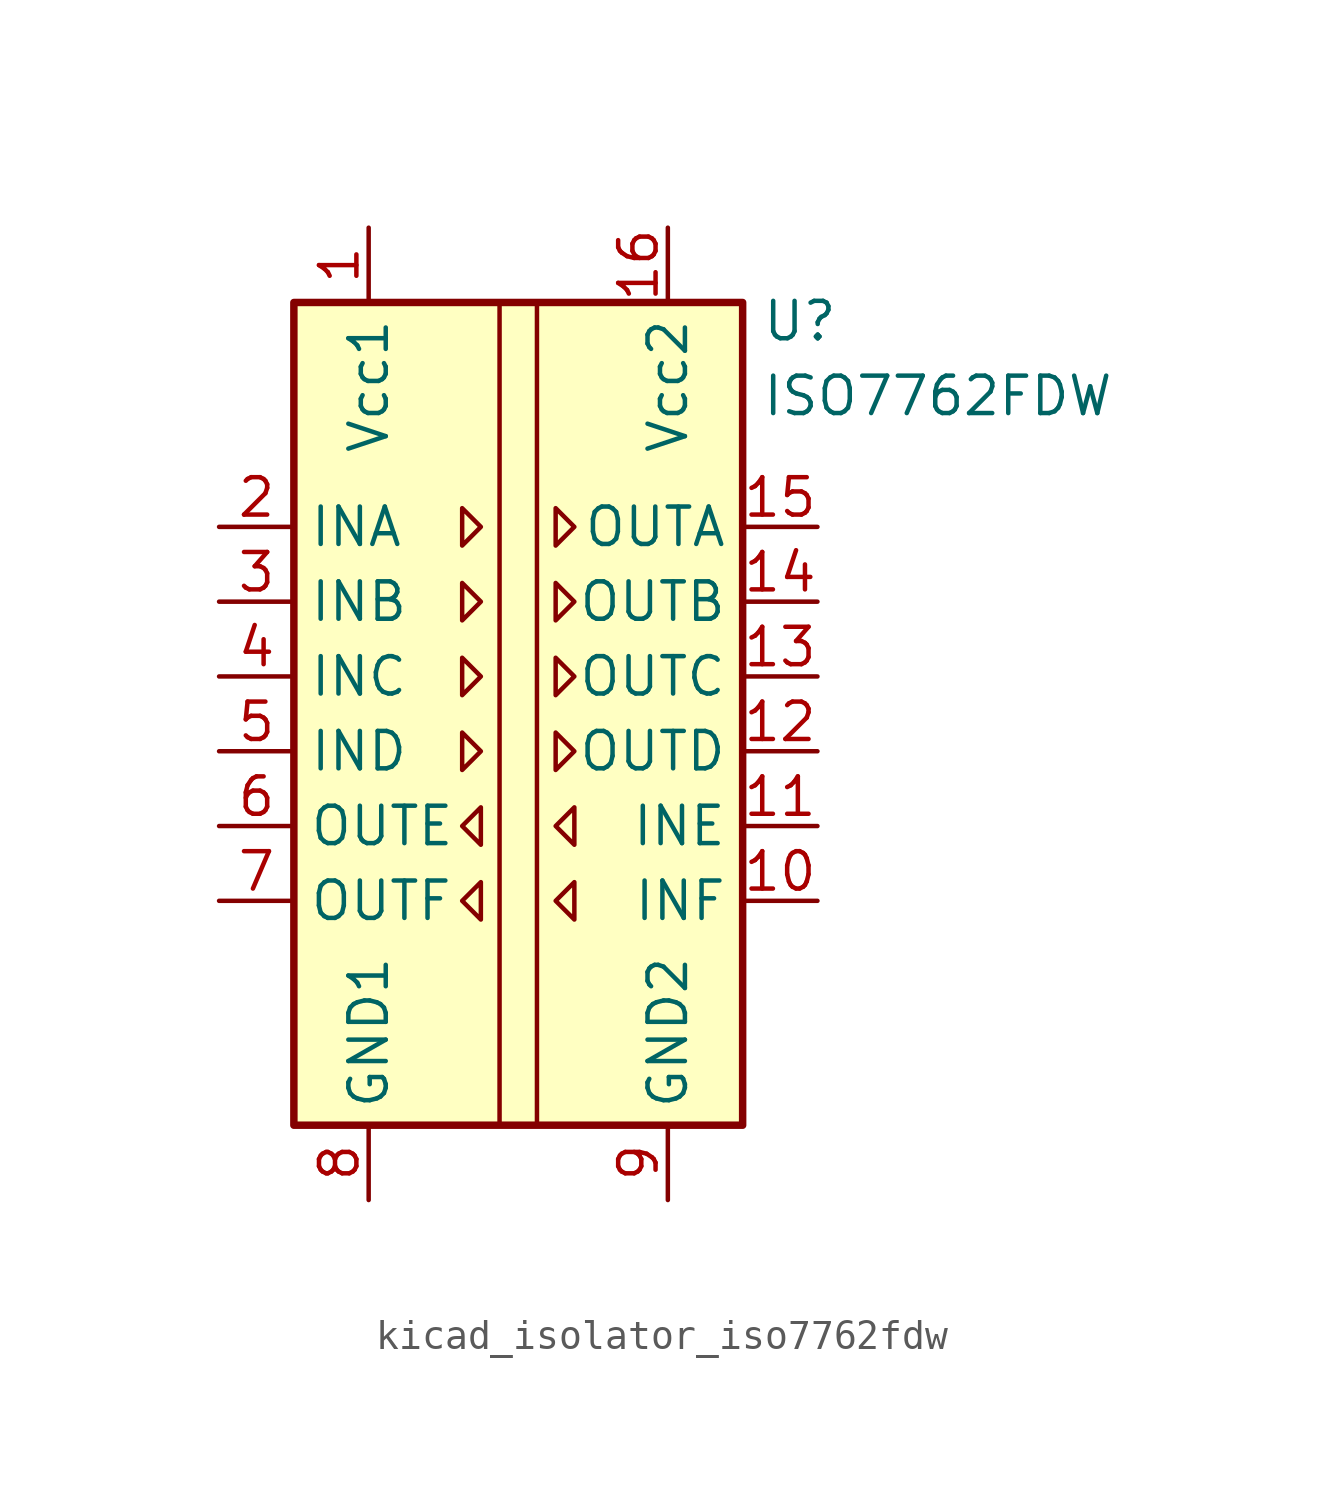
<source format=kicad_sym>
(kicad_symbol_lib
  (version 20220914)
  (generator kicad_symbol_editor)
  (symbol "kicad_isolator_iso7762fdw"
    (property "Reference" "U"
      (at 8.255 14.605 0)
      (effects (font (size 1.27 1.27)) (justify left)))
    (property "Value" "ISO7762FDW"
      (at 8.255 12.065 0)
      (effects (font (size 1.27 1.27)) (justify left)))
    (symbol "kicad_isolator_iso7762fdw_0_1"
      (rectangle (start -7.62 15.24) (end 7.62 -12.7) (stroke (width 0.254) (type default)) (fill (type background)))
      (polyline (pts (xy -0.635 15.24) (xy -0.635 -12.7)) (stroke (width 0) (type default)) (fill (type none)))
      (polyline (pts (xy 0.635 15.24) (xy 0.635 -12.7)) (stroke (width 0) (type default)) (fill (type none)))
      (polyline (pts (xy -1.905 8.255) (xy -1.27 7.62) (xy -1.905 6.985) (xy -1.905 8.255)) (stroke (width 0) (type default)) (fill (type none)))
      (polyline (pts (xy 1.27 8.255) (xy 1.905 7.62) (xy 1.27 6.985) (xy 1.27 8.255)) (stroke (width 0) (type default)) (fill (type none))))
    (symbol "kicad_isolator_iso7762fdw_1_1"
      (polyline (pts (xy -1.905 0.635) (xy -1.27 0) (xy -1.905 -0.635) (xy -1.905 0.635)) (stroke (width 0) (type default)) (fill (type none)))
      (polyline (pts (xy -1.905 3.175) (xy -1.27 2.54) (xy -1.905 1.905) (xy -1.905 3.175)) (stroke (width 0) (type default)) (fill (type none)))
      (polyline (pts (xy -1.905 5.715) (xy -1.27 5.08) (xy -1.905 4.445) (xy -1.905 5.715)) (stroke (width 0) (type default)) (fill (type none)))
      (polyline (pts (xy -1.27 -4.445) (xy -1.905 -5.08) (xy -1.27 -5.715) (xy -1.27 -4.445)) (stroke (width 0) (type default)) (fill (type none)))
      (polyline (pts (xy -1.27 -1.905) (xy -1.905 -2.54) (xy -1.27 -3.175) (xy -1.27 -1.905)) (stroke (width 0) (type default)) (fill (type none)))
      (polyline (pts (xy 1.27 0.635) (xy 1.905 0) (xy 1.27 -0.635) (xy 1.27 0.635)) (stroke (width 0) (type default)) (fill (type none)))
      (polyline (pts (xy 1.27 3.175) (xy 1.905 2.54) (xy 1.27 1.905) (xy 1.27 3.175)) (stroke (width 0) (type default)) (fill (type none)))
      (polyline (pts (xy 1.27 5.715) (xy 1.905 5.08) (xy 1.27 4.445) (xy 1.27 5.715)) (stroke (width 0) (type default)) (fill (type none)))
      (polyline (pts (xy 1.905 -4.445) (xy 1.27 -5.08) (xy 1.905 -5.715) (xy 1.905 -4.445)) (stroke (width 0) (type default)) (fill (type none)))
      (polyline (pts (xy 1.905 -1.905) (xy 1.27 -2.54) (xy 1.905 -3.175) (xy 1.905 -1.905)) (stroke (width 0) (type default)) (fill (type none)))
      (pin power_in line (at -5.08 17.78 270) (length 2.54) (name "Vcc1" (effects (font (size 1.27 1.27)))) (number "1" (effects (font (size 1.27 1.27)))))
      (pin input line (at 10.16 -5.08 180) (length 2.54) (name "INF" (effects (font (size 1.27 1.27)))) (number "10" (effects (font (size 1.27 1.27)))))
      (pin input line (at 10.16 -2.54 180) (length 2.54) (name "INE" (effects (font (size 1.27 1.27)))) (number "11" (effects (font (size 1.27 1.27)))))
      (pin output line (at 10.16 0 180) (length 2.54) (name "OUTD" (effects (font (size 1.27 1.27)))) (number "12" (effects (font (size 1.27 1.27)))))
      (pin output line (at 10.16 2.54 180) (length 2.54) (name "OUTC" (effects (font (size 1.27 1.27)))) (number "13" (effects (font (size 1.27 1.27)))))
      (pin output line (at 10.16 5.08 180) (length 2.54) (name "OUTB" (effects (font (size 1.27 1.27)))) (number "14" (effects (font (size 1.27 1.27)))))
      (pin output line (at 10.16 7.62 180) (length 2.54) (name "OUTA" (effects (font (size 1.27 1.27)))) (number "15" (effects (font (size 1.27 1.27)))))
      (pin power_in line (at 5.08 17.78 270) (length 2.54) (name "Vcc2" (effects (font (size 1.27 1.27)))) (number "16" (effects (font (size 1.27 1.27)))))
      (pin input line (at -10.16 7.62 0) (length 2.54) (name "INA" (effects (font (size 1.27 1.27)))) (number "2" (effects (font (size 1.27 1.27)))))
      (pin input line (at -10.16 5.08 0) (length 2.54) (name "INB" (effects (font (size 1.27 1.27)))) (number "3" (effects (font (size 1.27 1.27)))))
      (pin input line (at -10.16 2.54 0) (length 2.54) (name "INC" (effects (font (size 1.27 1.27)))) (number "4" (effects (font (size 1.27 1.27)))))
      (pin input line (at -10.16 0 0) (length 2.54) (name "IND" (effects (font (size 1.27 1.27)))) (number "5" (effects (font (size 1.27 1.27)))))
      (pin output line (at -10.16 -2.54 0) (length 2.54) (name "OUTE" (effects (font (size 1.27 1.27)))) (number "6" (effects (font (size 1.27 1.27)))))
      (pin output line (at -10.16 -5.08 0) (length 2.54) (name "OUTF" (effects (font (size 1.27 1.27)))) (number "7" (effects (font (size 1.27 1.27)))))
      (pin power_in line (at -5.08 -15.24 90) (length 2.54) (name "GND1" (effects (font (size 1.27 1.27)))) (number "8" (effects (font (size 1.27 1.27)))))
      (pin power_in line (at 5.08 -15.24 90) (length 2.54) (name "GND2" (effects (font (size 1.27 1.27)))) (number "9" (effects (font (size 1.27 1.27))))))))
</source>
